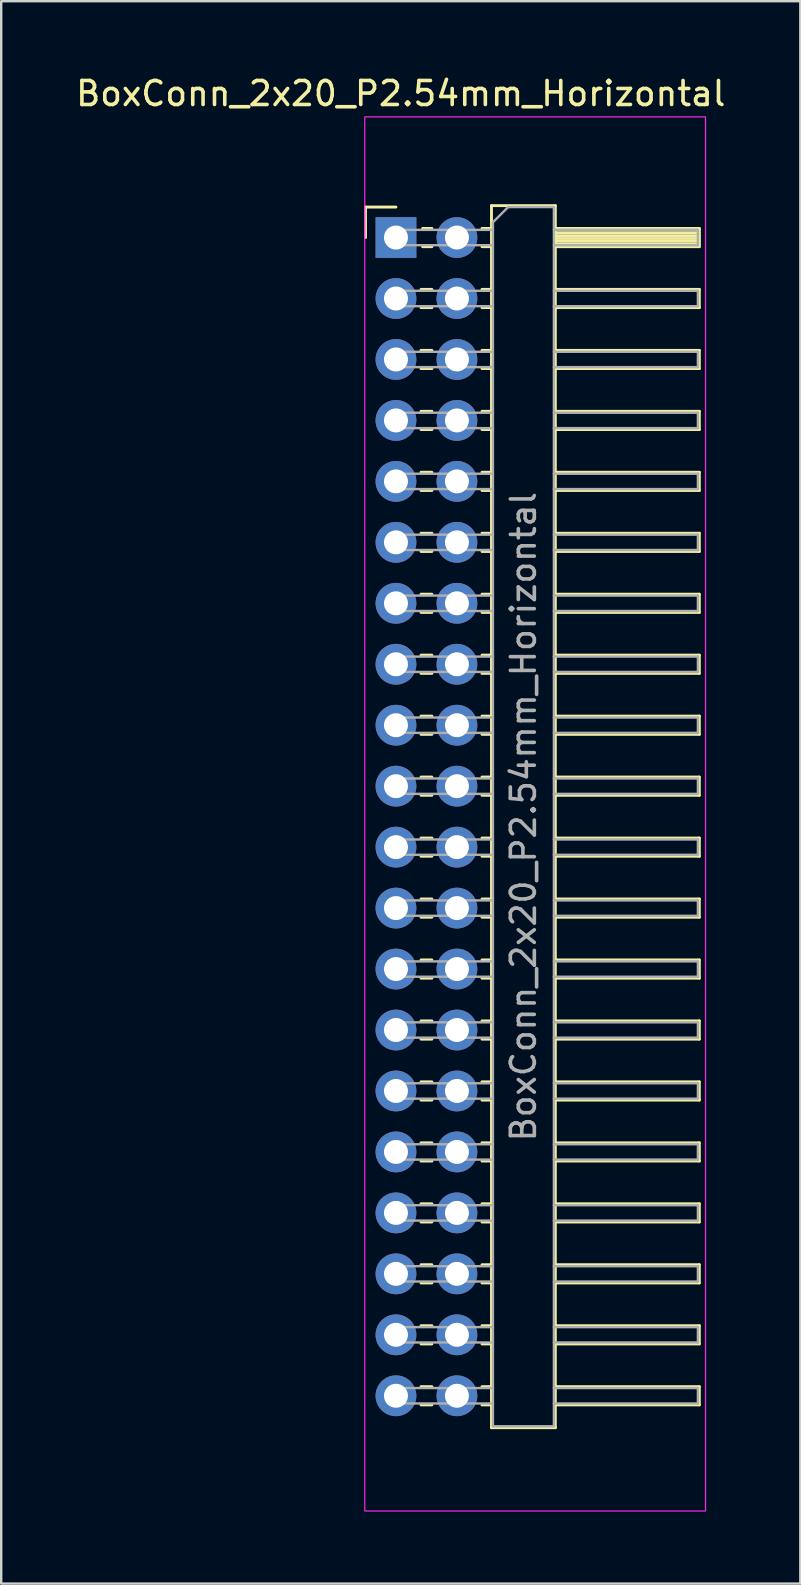
<source format=kicad_pcb>
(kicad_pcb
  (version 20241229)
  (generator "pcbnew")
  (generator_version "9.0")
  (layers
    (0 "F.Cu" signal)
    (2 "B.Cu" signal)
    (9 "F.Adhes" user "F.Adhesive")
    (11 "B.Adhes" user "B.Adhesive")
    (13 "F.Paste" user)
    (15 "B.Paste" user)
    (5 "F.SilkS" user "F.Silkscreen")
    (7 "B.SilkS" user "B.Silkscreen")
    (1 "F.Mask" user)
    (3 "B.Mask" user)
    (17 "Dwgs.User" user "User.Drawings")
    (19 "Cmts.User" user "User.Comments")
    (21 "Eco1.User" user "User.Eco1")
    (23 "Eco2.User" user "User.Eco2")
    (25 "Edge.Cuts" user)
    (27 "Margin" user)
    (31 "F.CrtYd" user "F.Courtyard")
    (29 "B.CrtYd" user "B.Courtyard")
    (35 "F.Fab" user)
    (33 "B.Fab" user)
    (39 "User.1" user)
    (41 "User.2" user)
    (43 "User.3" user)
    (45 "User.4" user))
  (footprint "BoxConn_2x20_P2.54mm_Horizontal"
    (layer "F.Cu")
    (at 13.449 6.848)
    (property "Reference" "BoxConn_2x20_P2.54mm_Horizontal" (at 0.2 -6 0) (layer "F.SilkS") (effects (font (size 1 1) (thickness 0.15))))
    (attr through_hole)
    (fp_line (start -1.27 -1.27) (end 0 -1.27) (stroke (width 0.12) (type solid)) (layer "F.SilkS"))
    (fp_line (start -1.27 0) (end -1.27 -1.27) (stroke (width 0.12) (type solid)) (layer "F.SilkS"))
    (fp_line (start 1.043 2.16) (end 1.497 2.16) (stroke (width 0.12) (type solid)) (layer "F.SilkS"))
    (fp_line (start 1.043 2.92) (end 1.497 2.92) (stroke (width 0.12) (type solid)) (layer "F.SilkS"))
    (fp_line (start 1.043 4.7) (end 1.497 4.7) (stroke (width 0.12) (type solid)) (layer "F.SilkS"))
    (fp_line (start 1.043 5.46) (end 1.497 5.46) (stroke (width 0.12) (type solid)) (layer "F.SilkS"))
    (fp_line (start 1.043 7.24) (end 1.497 7.24) (stroke (width 0.12) (type solid)) (layer "F.SilkS"))
    (fp_line (start 1.043 8) (end 1.497 8) (stroke (width 0.12) (type solid)) (layer "F.SilkS"))
    (fp_line (start 1.043 9.78) (end 1.497 9.78) (stroke (width 0.12) (type solid)) (layer "F.SilkS"))
    (fp_line (start 1.043 10.54) (end 1.497 10.54) (stroke (width 0.12) (type solid)) (layer "F.SilkS"))
    (fp_line (start 1.043 12.32) (end 1.497 12.32) (stroke (width 0.12) (type solid)) (layer "F.SilkS"))
    (fp_line (start 1.043 13.08) (end 1.497 13.08) (stroke (width 0.12) (type solid)) (layer "F.SilkS"))
    (fp_line (start 1.043 14.86) (end 1.497 14.86) (stroke (width 0.12) (type solid)) (layer "F.SilkS"))
    (fp_line (start 1.043 15.62) (end 1.497 15.62) (stroke (width 0.12) (type solid)) (layer "F.SilkS"))
    (fp_line (start 1.043 17.4) (end 1.497 17.4) (stroke (width 0.12) (type solid)) (layer "F.SilkS"))
    (fp_line (start 1.043 18.16) (end 1.497 18.16) (stroke (width 0.12) (type solid)) (layer "F.SilkS"))
    (fp_line (start 1.043 19.94) (end 1.497 19.94) (stroke (width 0.12) (type solid)) (layer "F.SilkS"))
    (fp_line (start 1.043 20.7) (end 1.497 20.7) (stroke (width 0.12) (type solid)) (layer "F.SilkS"))
    (fp_line (start 1.043 22.48) (end 1.497 22.48) (stroke (width 0.12) (type solid)) (layer "F.SilkS"))
    (fp_line (start 1.043 23.24) (end 1.497 23.24) (stroke (width 0.12) (type solid)) (layer "F.SilkS"))
    (fp_line (start 1.043 25.02) (end 1.497 25.02) (stroke (width 0.12) (type solid)) (layer "F.SilkS"))
    (fp_line (start 1.043 25.78) (end 1.497 25.78) (stroke (width 0.12) (type solid)) (layer "F.SilkS"))
    (fp_line (start 1.043 27.56) (end 1.497 27.56) (stroke (width 0.12) (type solid)) (layer "F.SilkS"))
    (fp_line (start 1.043 28.32) (end 1.497 28.32) (stroke (width 0.12) (type solid)) (layer "F.SilkS"))
    (fp_line (start 1.043 30.1) (end 1.497 30.1) (stroke (width 0.12) (type solid)) (layer "F.SilkS"))
    (fp_line (start 1.043 30.86) (end 1.497 30.86) (stroke (width 0.12) (type solid)) (layer "F.SilkS"))
    (fp_line (start 1.043 32.64) (end 1.497 32.64) (stroke (width 0.12) (type solid)) (layer "F.SilkS"))
    (fp_line (start 1.043 33.4) (end 1.497 33.4) (stroke (width 0.12) (type solid)) (layer "F.SilkS"))
    (fp_line (start 1.043 35.18) (end 1.497 35.18) (stroke (width 0.12) (type solid)) (layer "F.SilkS"))
    (fp_line (start 1.043 35.94) (end 1.497 35.94) (stroke (width 0.12) (type solid)) (layer "F.SilkS"))
    (fp_line (start 1.043 37.72) (end 1.497 37.72) (stroke (width 0.12) (type solid)) (layer "F.SilkS"))
    (fp_line (start 1.043 38.48) (end 1.497 38.48) (stroke (width 0.12) (type solid)) (layer "F.SilkS"))
    (fp_line (start 1.043 40.26) (end 1.497 40.26) (stroke (width 0.12) (type solid)) (layer "F.SilkS"))
    (fp_line (start 1.043 41.02) (end 1.497 41.02) (stroke (width 0.12) (type solid)) (layer "F.SilkS"))
    (fp_line (start 1.043 42.8) (end 1.497 42.8) (stroke (width 0.12) (type solid)) (layer "F.SilkS"))
    (fp_line (start 1.043 43.56) (end 1.497 43.56) (stroke (width 0.12) (type solid)) (layer "F.SilkS"))
    (fp_line (start 1.043 45.34) (end 1.497 45.34) (stroke (width 0.12) (type solid)) (layer "F.SilkS"))
    (fp_line (start 1.043 46.1) (end 1.497 46.1) (stroke (width 0.12) (type solid)) (layer "F.SilkS"))
    (fp_line (start 1.043 47.88) (end 1.497 47.88) (stroke (width 0.12) (type solid)) (layer "F.SilkS"))
    (fp_line (start 1.043 48.64) (end 1.497 48.64) (stroke (width 0.12) (type solid)) (layer "F.SilkS"))
    (fp_line (start 1.11 -0.38) (end 1.497 -0.38) (stroke (width 0.12) (type solid)) (layer "F.SilkS"))
    (fp_line (start 1.11 0.38) (end 1.497 0.38) (stroke (width 0.12) (type solid)) (layer "F.SilkS"))
    (fp_line (start 3.583 -0.38) (end 3.98 -0.38) (stroke (width 0.12) (type solid)) (layer "F.SilkS"))
    (fp_line (start 3.583 0.38) (end 3.98 0.38) (stroke (width 0.12) (type solid)) (layer "F.SilkS"))
    (fp_line (start 3.583 2.16) (end 3.98 2.16) (stroke (width 0.12) (type solid)) (layer "F.SilkS"))
    (fp_line (start 3.583 2.92) (end 3.98 2.92) (stroke (width 0.12) (type solid)) (layer "F.SilkS"))
    (fp_line (start 3.583 4.7) (end 3.98 4.7) (stroke (width 0.12) (type solid)) (layer "F.SilkS"))
    (fp_line (start 3.583 5.46) (end 3.98 5.46) (stroke (width 0.12) (type solid)) (layer "F.SilkS"))
    (fp_line (start 3.583 7.24) (end 3.98 7.24) (stroke (width 0.12) (type solid)) (layer "F.SilkS"))
    (fp_line (start 3.583 8) (end 3.98 8) (stroke (width 0.12) (type solid)) (layer "F.SilkS"))
    (fp_line (start 3.583 9.78) (end 3.98 9.78) (stroke (width 0.12) (type solid)) (layer "F.SilkS"))
    (fp_line (start 3.583 10.54) (end 3.98 10.54) (stroke (width 0.12) (type solid)) (layer "F.SilkS"))
    (fp_line (start 3.583 12.32) (end 3.98 12.32) (stroke (width 0.12) (type solid)) (layer "F.SilkS"))
    (fp_line (start 3.583 13.08) (end 3.98 13.08) (stroke (width 0.12) (type solid)) (layer "F.SilkS"))
    (fp_line (start 3.583 14.86) (end 3.98 14.86) (stroke (width 0.12) (type solid)) (layer "F.SilkS"))
    (fp_line (start 3.583 15.62) (end 3.98 15.62) (stroke (width 0.12) (type solid)) (layer "F.SilkS"))
    (fp_line (start 3.583 17.4) (end 3.98 17.4) (stroke (width 0.12) (type solid)) (layer "F.SilkS"))
    (fp_line (start 3.583 18.16) (end 3.98 18.16) (stroke (width 0.12) (type solid)) (layer "F.SilkS"))
    (fp_line (start 3.583 19.94) (end 3.98 19.94) (stroke (width 0.12) (type solid)) (layer "F.SilkS"))
    (fp_line (start 3.583 20.7) (end 3.98 20.7) (stroke (width 0.12) (type solid)) (layer "F.SilkS"))
    (fp_line (start 3.583 22.48) (end 3.98 22.48) (stroke (width 0.12) (type solid)) (layer "F.SilkS"))
    (fp_line (start 3.583 23.24) (end 3.98 23.24) (stroke (width 0.12) (type solid)) (layer "F.SilkS"))
    (fp_line (start 3.583 25.02) (end 3.98 25.02) (stroke (width 0.12) (type solid)) (layer "F.SilkS"))
    (fp_line (start 3.583 25.78) (end 3.98 25.78) (stroke (width 0.12) (type solid)) (layer "F.SilkS"))
    (fp_line (start 3.583 27.56) (end 3.98 27.56) (stroke (width 0.12) (type solid)) (layer "F.SilkS"))
    (fp_line (start 3.583 28.32) (end 3.98 28.32) (stroke (width 0.12) (type solid)) (layer "F.SilkS"))
    (fp_line (start 3.583 30.1) (end 3.98 30.1) (stroke (width 0.12) (type solid)) (layer "F.SilkS"))
    (fp_line (start 3.583 30.86) (end 3.98 30.86) (stroke (width 0.12) (type solid)) (layer "F.SilkS"))
    (fp_line (start 3.583 32.64) (end 3.98 32.64) (stroke (width 0.12) (type solid)) (layer "F.SilkS"))
    (fp_line (start 3.583 33.4) (end 3.98 33.4) (stroke (width 0.12) (type solid)) (layer "F.SilkS"))
    (fp_line (start 3.583 35.18) (end 3.98 35.18) (stroke (width 0.12) (type solid)) (layer "F.SilkS"))
    (fp_line (start 3.583 35.94) (end 3.98 35.94) (stroke (width 0.12) (type solid)) (layer "F.SilkS"))
    (fp_line (start 3.583 37.72) (end 3.98 37.72) (stroke (width 0.12) (type solid)) (layer "F.SilkS"))
    (fp_line (start 3.583 38.48) (end 3.98 38.48) (stroke (width 0.12) (type solid)) (layer "F.SilkS"))
    (fp_line (start 3.583 40.26) (end 3.98 40.26) (stroke (width 0.12) (type solid)) (layer "F.SilkS"))
    (fp_line (start 3.583 41.02) (end 3.98 41.02) (stroke (width 0.12) (type solid)) (layer "F.SilkS"))
    (fp_line (start 3.583 42.8) (end 3.98 42.8) (stroke (width 0.12) (type solid)) (layer "F.SilkS"))
    (fp_line (start 3.583 43.56) (end 3.98 43.56) (stroke (width 0.12) (type solid)) (layer "F.SilkS"))
    (fp_line (start 3.583 45.34) (end 3.98 45.34) (stroke (width 0.12) (type solid)) (layer "F.SilkS"))
    (fp_line (start 3.583 46.1) (end 3.98 46.1) (stroke (width 0.12) (type solid)) (layer "F.SilkS"))
    (fp_line (start 3.583 47.88) (end 3.98 47.88) (stroke (width 0.12) (type solid)) (layer "F.SilkS"))
    (fp_line (start 3.583 48.64) (end 3.98 48.64) (stroke (width 0.12) (type solid)) (layer "F.SilkS"))
    (fp_line (start 3.98 -1.33) (end 3.98 49.59) (stroke (width 0.12) (type solid)) (layer "F.SilkS"))
    (fp_line (start 3.98 49.59) (end 6.64 49.59) (stroke (width 0.12) (type solid)) (layer "F.SilkS"))
    (fp_line (start 6.64 -1.33) (end 3.98 -1.33) (stroke (width 0.12) (type solid)) (layer "F.SilkS"))
    (fp_line (start 6.64 -0.38) (end 12.64 -0.38) (stroke (width 0.12) (type solid)) (layer "F.SilkS"))
    (fp_line (start 6.64 -0.32) (end 12.64 -0.32) (stroke (width 0.12) (type solid)) (layer "F.SilkS"))
    (fp_line (start 6.64 -0.2) (end 12.64 -0.2) (stroke (width 0.12) (type solid)) (layer "F.SilkS"))
    (fp_line (start 6.64 -0.08) (end 12.64 -0.08) (stroke (width 0.12) (type solid)) (layer "F.SilkS"))
    (fp_line (start 6.64 0.04) (end 12.64 0.04) (stroke (width 0.12) (type solid)) (layer "F.SilkS"))
    (fp_line (start 6.64 0.16) (end 12.64 0.16) (stroke (width 0.12) (type solid)) (layer "F.SilkS"))
    (fp_line (start 6.64 0.28) (end 12.64 0.28) (stroke (width 0.12) (type solid)) (layer "F.SilkS"))
    (fp_line (start 6.64 2.16) (end 12.64 2.16) (stroke (width 0.12) (type solid)) (layer "F.SilkS"))
    (fp_line (start 6.64 4.7) (end 12.64 4.7) (stroke (width 0.12) (type solid)) (layer "F.SilkS"))
    (fp_line (start 6.64 7.24) (end 12.64 7.24) (stroke (width 0.12) (type solid)) (layer "F.SilkS"))
    (fp_line (start 6.64 9.78) (end 12.64 9.78) (stroke (width 0.12) (type solid)) (layer "F.SilkS"))
    (fp_line (start 6.64 12.32) (end 12.64 12.32) (stroke (width 0.12) (type solid)) (layer "F.SilkS"))
    (fp_line (start 6.64 14.86) (end 12.64 14.86) (stroke (width 0.12) (type solid)) (layer "F.SilkS"))
    (fp_line (start 6.64 17.4) (end 12.64 17.4) (stroke (width 0.12) (type solid)) (layer "F.SilkS"))
    (fp_line (start 6.64 19.94) (end 12.64 19.94) (stroke (width 0.12) (type solid)) (layer "F.SilkS"))
    (fp_line (start 6.64 22.48) (end 12.64 22.48) (stroke (width 0.12) (type solid)) (layer "F.SilkS"))
    (fp_line (start 6.64 25.02) (end 12.64 25.02) (stroke (width 0.12) (type solid)) (layer "F.SilkS"))
    (fp_line (start 6.64 27.56) (end 12.64 27.56) (stroke (width 0.12) (type solid)) (layer "F.SilkS"))
    (fp_line (start 6.64 30.1) (end 12.64 30.1) (stroke (width 0.12) (type solid)) (layer "F.SilkS"))
    (fp_line (start 6.64 32.64) (end 12.64 32.64) (stroke (width 0.12) (type solid)) (layer "F.SilkS"))
    (fp_line (start 6.64 35.18) (end 12.64 35.18) (stroke (width 0.12) (type solid)) (layer "F.SilkS"))
    (fp_line (start 6.64 37.72) (end 12.64 37.72) (stroke (width 0.12) (type solid)) (layer "F.SilkS"))
    (fp_line (start 6.64 40.26) (end 12.64 40.26) (stroke (width 0.12) (type solid)) (layer "F.SilkS"))
    (fp_line (start 6.64 42.8) (end 12.64 42.8) (stroke (width 0.12) (type solid)) (layer "F.SilkS"))
    (fp_line (start 6.64 45.34) (end 12.64 45.34) (stroke (width 0.12) (type solid)) (layer "F.SilkS"))
    (fp_line (start 6.64 47.88) (end 12.64 47.88) (stroke (width 0.12) (type solid)) (layer "F.SilkS"))
    (fp_line (start 6.64 49.59) (end 6.64 -1.33) (stroke (width 0.12) (type solid)) (layer "F.SilkS"))
    (fp_line (start 12.64 -0.38) (end 12.64 0.38) (stroke (width 0.12) (type solid)) (layer "F.SilkS"))
    (fp_line (start 12.64 0.38) (end 6.64 0.38) (stroke (width 0.12) (type solid)) (layer "F.SilkS"))
    (fp_line (start 12.64 2.16) (end 12.64 2.92) (stroke (width 0.12) (type solid)) (layer "F.SilkS"))
    (fp_line (start 12.64 2.92) (end 6.64 2.92) (stroke (width 0.12) (type solid)) (layer "F.SilkS"))
    (fp_line (start 12.64 4.7) (end 12.64 5.46) (stroke (width 0.12) (type solid)) (layer "F.SilkS"))
    (fp_line (start 12.64 5.46) (end 6.64 5.46) (stroke (width 0.12) (type solid)) (layer "F.SilkS"))
    (fp_line (start 12.64 7.24) (end 12.64 8) (stroke (width 0.12) (type solid)) (layer "F.SilkS"))
    (fp_line (start 12.64 8) (end 6.64 8) (stroke (width 0.12) (type solid)) (layer "F.SilkS"))
    (fp_line (start 12.64 9.78) (end 12.64 10.54) (stroke (width 0.12) (type solid)) (layer "F.SilkS"))
    (fp_line (start 12.64 10.54) (end 6.64 10.54) (stroke (width 0.12) (type solid)) (layer "F.SilkS"))
    (fp_line (start 12.64 12.32) (end 12.64 13.08) (stroke (width 0.12) (type solid)) (layer "F.SilkS"))
    (fp_line (start 12.64 13.08) (end 6.64 13.08) (stroke (width 0.12) (type solid)) (layer "F.SilkS"))
    (fp_line (start 12.64 14.86) (end 12.64 15.62) (stroke (width 0.12) (type solid)) (layer "F.SilkS"))
    (fp_line (start 12.64 15.62) (end 6.64 15.62) (stroke (width 0.12) (type solid)) (layer "F.SilkS"))
    (fp_line (start 12.64 17.4) (end 12.64 18.16) (stroke (width 0.12) (type solid)) (layer "F.SilkS"))
    (fp_line (start 12.64 18.16) (end 6.64 18.16) (stroke (width 0.12) (type solid)) (layer "F.SilkS"))
    (fp_line (start 12.64 19.94) (end 12.64 20.7) (stroke (width 0.12) (type solid)) (layer "F.SilkS"))
    (fp_line (start 12.64 20.7) (end 6.64 20.7) (stroke (width 0.12) (type solid)) (layer "F.SilkS"))
    (fp_line (start 12.64 22.48) (end 12.64 23.24) (stroke (width 0.12) (type solid)) (layer "F.SilkS"))
    (fp_line (start 12.64 23.24) (end 6.64 23.24) (stroke (width 0.12) (type solid)) (layer "F.SilkS"))
    (fp_line (start 12.64 25.02) (end 12.64 25.78) (stroke (width 0.12) (type solid)) (layer "F.SilkS"))
    (fp_line (start 12.64 25.78) (end 6.64 25.78) (stroke (width 0.12) (type solid)) (layer "F.SilkS"))
    (fp_line (start 12.64 27.56) (end 12.64 28.32) (stroke (width 0.12) (type solid)) (layer "F.SilkS"))
    (fp_line (start 12.64 28.32) (end 6.64 28.32) (stroke (width 0.12) (type solid)) (layer "F.SilkS"))
    (fp_line (start 12.64 30.1) (end 12.64 30.86) (stroke (width 0.12) (type solid)) (layer "F.SilkS"))
    (fp_line (start 12.64 30.86) (end 6.64 30.86) (stroke (width 0.12) (type solid)) (layer "F.SilkS"))
    (fp_line (start 12.64 32.64) (end 12.64 33.4) (stroke (width 0.12) (type solid)) (layer "F.SilkS"))
    (fp_line (start 12.64 33.4) (end 6.64 33.4) (stroke (width 0.12) (type solid)) (layer "F.SilkS"))
    (fp_line (start 12.64 35.18) (end 12.64 35.94) (stroke (width 0.12) (type solid)) (layer "F.SilkS"))
    (fp_line (start 12.64 35.94) (end 6.64 35.94) (stroke (width 0.12) (type solid)) (layer "F.SilkS"))
    (fp_line (start 12.64 37.72) (end 12.64 38.48) (stroke (width 0.12) (type solid)) (layer "F.SilkS"))
    (fp_line (start 12.64 38.48) (end 6.64 38.48) (stroke (width 0.12) (type solid)) (layer "F.SilkS"))
    (fp_line (start 12.64 40.26) (end 12.64 41.02) (stroke (width 0.12) (type solid)) (layer "F.SilkS"))
    (fp_line (start 12.64 41.02) (end 6.64 41.02) (stroke (width 0.12) (type solid)) (layer "F.SilkS"))
    (fp_line (start 12.64 42.8) (end 12.64 43.56) (stroke (width 0.12) (type solid)) (layer "F.SilkS"))
    (fp_line (start 12.64 43.56) (end 6.64 43.56) (stroke (width 0.12) (type solid)) (layer "F.SilkS"))
    (fp_line (start 12.64 45.34) (end 12.64 46.1) (stroke (width 0.12) (type solid)) (layer "F.SilkS"))
    (fp_line (start 12.64 46.1) (end 6.64 46.1) (stroke (width 0.12) (type solid)) (layer "F.SilkS"))
    (fp_line (start 12.64 47.88) (end 12.64 48.64) (stroke (width 0.12) (type solid)) (layer "F.SilkS"))
    (fp_line (start 12.64 48.64) (end 6.64 48.64) (stroke (width 0.12) (type solid)) (layer "F.SilkS"))
    (fp_rect (start 12.9 -5.028) (end -1.3 53.061) (stroke (width 0.05) (type solid)) (fill no) (layer "F.CrtYd"))
    (fp_line (start -0.32 -0.32) (end -0.32 0.32) (stroke (width 0.1) (type solid)) (layer "F.Fab"))
    (fp_line (start -0.32 -0.32) (end 4.04 -0.32) (stroke (width 0.1) (type solid)) (layer "F.Fab"))
    (fp_line (start -0.32 0.32) (end 4.04 0.32) (stroke (width 0.1) (type solid)) (layer "F.Fab"))
    (fp_line (start -0.32 2.22) (end -0.32 2.86) (stroke (width 0.1) (type solid)) (layer "F.Fab"))
    (fp_line (start -0.32 2.22) (end 4.04 2.22) (stroke (width 0.1) (type solid)) (layer "F.Fab"))
    (fp_line (start -0.32 2.86) (end 4.04 2.86) (stroke (width 0.1) (type solid)) (layer "F.Fab"))
    (fp_line (start -0.32 4.76) (end -0.32 5.4) (stroke (width 0.1) (type solid)) (layer "F.Fab"))
    (fp_line (start -0.32 4.76) (end 4.04 4.76) (stroke (width 0.1) (type solid)) (layer "F.Fab"))
    (fp_line (start -0.32 5.4) (end 4.04 5.4) (stroke (width 0.1) (type solid)) (layer "F.Fab"))
    (fp_line (start -0.32 7.3) (end -0.32 7.94) (stroke (width 0.1) (type solid)) (layer "F.Fab"))
    (fp_line (start -0.32 7.3) (end 4.04 7.3) (stroke (width 0.1) (type solid)) (layer "F.Fab"))
    (fp_line (start -0.32 7.94) (end 4.04 7.94) (stroke (width 0.1) (type solid)) (layer "F.Fab"))
    (fp_line (start -0.32 9.84) (end -0.32 10.48) (stroke (width 0.1) (type solid)) (layer "F.Fab"))
    (fp_line (start -0.32 9.84) (end 4.04 9.84) (stroke (width 0.1) (type solid)) (layer "F.Fab"))
    (fp_line (start -0.32 10.48) (end 4.04 10.48) (stroke (width 0.1) (type solid)) (layer "F.Fab"))
    (fp_line (start -0.32 12.38) (end -0.32 13.02) (stroke (width 0.1) (type solid)) (layer "F.Fab"))
    (fp_line (start -0.32 12.38) (end 4.04 12.38) (stroke (width 0.1) (type solid)) (layer "F.Fab"))
    (fp_line (start -0.32 13.02) (end 4.04 13.02) (stroke (width 0.1) (type solid)) (layer "F.Fab"))
    (fp_line (start -0.32 14.92) (end -0.32 15.56) (stroke (width 0.1) (type solid)) (layer "F.Fab"))
    (fp_line (start -0.32 14.92) (end 4.04 14.92) (stroke (width 0.1) (type solid)) (layer "F.Fab"))
    (fp_line (start -0.32 15.56) (end 4.04 15.56) (stroke (width 0.1) (type solid)) (layer "F.Fab"))
    (fp_line (start -0.32 17.46) (end -0.32 18.1) (stroke (width 0.1) (type solid)) (layer "F.Fab"))
    (fp_line (start -0.32 17.46) (end 4.04 17.46) (stroke (width 0.1) (type solid)) (layer "F.Fab"))
    (fp_line (start -0.32 18.1) (end 4.04 18.1) (stroke (width 0.1) (type solid)) (layer "F.Fab"))
    (fp_line (start -0.32 20) (end -0.32 20.64) (stroke (width 0.1) (type solid)) (layer "F.Fab"))
    (fp_line (start -0.32 20) (end 4.04 20) (stroke (width 0.1) (type solid)) (layer "F.Fab"))
    (fp_line (start -0.32 20.64) (end 4.04 20.64) (stroke (width 0.1) (type solid)) (layer "F.Fab"))
    (fp_line (start -0.32 22.54) (end -0.32 23.18) (stroke (width 0.1) (type solid)) (layer "F.Fab"))
    (fp_line (start -0.32 22.54) (end 4.04 22.54) (stroke (width 0.1) (type solid)) (layer "F.Fab"))
    (fp_line (start -0.32 23.18) (end 4.04 23.18) (stroke (width 0.1) (type solid)) (layer "F.Fab"))
    (fp_line (start -0.32 25.08) (end -0.32 25.72) (stroke (width 0.1) (type solid)) (layer "F.Fab"))
    (fp_line (start -0.32 25.08) (end 4.04 25.08) (stroke (width 0.1) (type solid)) (layer "F.Fab"))
    (fp_line (start -0.32 25.72) (end 4.04 25.72) (stroke (width 0.1) (type solid)) (layer "F.Fab"))
    (fp_line (start -0.32 27.62) (end -0.32 28.26) (stroke (width 0.1) (type solid)) (layer "F.Fab"))
    (fp_line (start -0.32 27.62) (end 4.04 27.62) (stroke (width 0.1) (type solid)) (layer "F.Fab"))
    (fp_line (start -0.32 28.26) (end 4.04 28.26) (stroke (width 0.1) (type solid)) (layer "F.Fab"))
    (fp_line (start -0.32 30.16) (end -0.32 30.8) (stroke (width 0.1) (type solid)) (layer "F.Fab"))
    (fp_line (start -0.32 30.16) (end 4.04 30.16) (stroke (width 0.1) (type solid)) (layer "F.Fab"))
    (fp_line (start -0.32 30.8) (end 4.04 30.8) (stroke (width 0.1) (type solid)) (layer "F.Fab"))
    (fp_line (start -0.32 32.7) (end -0.32 33.34) (stroke (width 0.1) (type solid)) (layer "F.Fab"))
    (fp_line (start -0.32 32.7) (end 4.04 32.7) (stroke (width 0.1) (type solid)) (layer "F.Fab"))
    (fp_line (start -0.32 33.34) (end 4.04 33.34) (stroke (width 0.1) (type solid)) (layer "F.Fab"))
    (fp_line (start -0.32 35.24) (end -0.32 35.88) (stroke (width 0.1) (type solid)) (layer "F.Fab"))
    (fp_line (start -0.32 35.24) (end 4.04 35.24) (stroke (width 0.1) (type solid)) (layer "F.Fab"))
    (fp_line (start -0.32 35.88) (end 4.04 35.88) (stroke (width 0.1) (type solid)) (layer "F.Fab"))
    (fp_line (start -0.32 37.78) (end -0.32 38.42) (stroke (width 0.1) (type solid)) (layer "F.Fab"))
    (fp_line (start -0.32 37.78) (end 4.04 37.78) (stroke (width 0.1) (type solid)) (layer "F.Fab"))
    (fp_line (start -0.32 38.42) (end 4.04 38.42) (stroke (width 0.1) (type solid)) (layer "F.Fab"))
    (fp_line (start -0.32 40.32) (end -0.32 40.96) (stroke (width 0.1) (type solid)) (layer "F.Fab"))
    (fp_line (start -0.32 40.32) (end 4.04 40.32) (stroke (width 0.1) (type solid)) (layer "F.Fab"))
    (fp_line (start -0.32 40.96) (end 4.04 40.96) (stroke (width 0.1) (type solid)) (layer "F.Fab"))
    (fp_line (start -0.32 42.86) (end -0.32 43.5) (stroke (width 0.1) (type solid)) (layer "F.Fab"))
    (fp_line (start -0.32 42.86) (end 4.04 42.86) (stroke (width 0.1) (type solid)) (layer "F.Fab"))
    (fp_line (start -0.32 43.5) (end 4.04 43.5) (stroke (width 0.1) (type solid)) (layer "F.Fab"))
    (fp_line (start -0.32 45.4) (end -0.32 46.04) (stroke (width 0.1) (type solid)) (layer "F.Fab"))
    (fp_line (start -0.32 45.4) (end 4.04 45.4) (stroke (width 0.1) (type solid)) (layer "F.Fab"))
    (fp_line (start -0.32 46.04) (end 4.04 46.04) (stroke (width 0.1) (type solid)) (layer "F.Fab"))
    (fp_line (start -0.32 47.94) (end -0.32 48.58) (stroke (width 0.1) (type solid)) (layer "F.Fab"))
    (fp_line (start -0.32 47.94) (end 4.04 47.94) (stroke (width 0.1) (type solid)) (layer "F.Fab"))
    (fp_line (start -0.32 48.58) (end 4.04 48.58) (stroke (width 0.1) (type solid)) (layer "F.Fab"))
    (fp_line (start 4.04 -0.635) (end 4.675 -1.27) (stroke (width 0.1) (type solid)) (layer "F.Fab"))
    (fp_line (start 4.04 49.53) (end 4.04 -0.635) (stroke (width 0.1) (type solid)) (layer "F.Fab"))
    (fp_line (start 4.675 -1.27) (end 6.58 -1.27) (stroke (width 0.1) (type solid)) (layer "F.Fab"))
    (fp_line (start 6.58 -1.27) (end 6.58 49.53) (stroke (width 0.1) (type solid)) (layer "F.Fab"))
    (fp_line (start 6.58 -0.32) (end 12.58 -0.32) (stroke (width 0.1) (type solid)) (layer "F.Fab"))
    (fp_line (start 6.58 0.32) (end 12.58 0.32) (stroke (width 0.1) (type solid)) (layer "F.Fab"))
    (fp_line (start 6.58 2.22) (end 12.58 2.22) (stroke (width 0.1) (type solid)) (layer "F.Fab"))
    (fp_line (start 6.58 2.86) (end 12.58 2.86) (stroke (width 0.1) (type solid)) (layer "F.Fab"))
    (fp_line (start 6.58 4.76) (end 12.58 4.76) (stroke (width 0.1) (type solid)) (layer "F.Fab"))
    (fp_line (start 6.58 5.4) (end 12.58 5.4) (stroke (width 0.1) (type solid)) (layer "F.Fab"))
    (fp_line (start 6.58 7.3) (end 12.58 7.3) (stroke (width 0.1) (type solid)) (layer "F.Fab"))
    (fp_line (start 6.58 7.94) (end 12.58 7.94) (stroke (width 0.1) (type solid)) (layer "F.Fab"))
    (fp_line (start 6.58 9.84) (end 12.58 9.84) (stroke (width 0.1) (type solid)) (layer "F.Fab"))
    (fp_line (start 6.58 10.48) (end 12.58 10.48) (stroke (width 0.1) (type solid)) (layer "F.Fab"))
    (fp_line (start 6.58 12.38) (end 12.58 12.38) (stroke (width 0.1) (type solid)) (layer "F.Fab"))
    (fp_line (start 6.58 13.02) (end 12.58 13.02) (stroke (width 0.1) (type solid)) (layer "F.Fab"))
    (fp_line (start 6.58 14.92) (end 12.58 14.92) (stroke (width 0.1) (type solid)) (layer "F.Fab"))
    (fp_line (start 6.58 15.56) (end 12.58 15.56) (stroke (width 0.1) (type solid)) (layer "F.Fab"))
    (fp_line (start 6.58 17.46) (end 12.58 17.46) (stroke (width 0.1) (type solid)) (layer "F.Fab"))
    (fp_line (start 6.58 18.1) (end 12.58 18.1) (stroke (width 0.1) (type solid)) (layer "F.Fab"))
    (fp_line (start 6.58 20) (end 12.58 20) (stroke (width 0.1) (type solid)) (layer "F.Fab"))
    (fp_line (start 6.58 20.64) (end 12.58 20.64) (stroke (width 0.1) (type solid)) (layer "F.Fab"))
    (fp_line (start 6.58 22.54) (end 12.58 22.54) (stroke (width 0.1) (type solid)) (layer "F.Fab"))
    (fp_line (start 6.58 23.18) (end 12.58 23.18) (stroke (width 0.1) (type solid)) (layer "F.Fab"))
    (fp_line (start 6.58 25.08) (end 12.58 25.08) (stroke (width 0.1) (type solid)) (layer "F.Fab"))
    (fp_line (start 6.58 25.72) (end 12.58 25.72) (stroke (width 0.1) (type solid)) (layer "F.Fab"))
    (fp_line (start 6.58 27.62) (end 12.58 27.62) (stroke (width 0.1) (type solid)) (layer "F.Fab"))
    (fp_line (start 6.58 28.26) (end 12.58 28.26) (stroke (width 0.1) (type solid)) (layer "F.Fab"))
    (fp_line (start 6.58 30.16) (end 12.58 30.16) (stroke (width 0.1) (type solid)) (layer "F.Fab"))
    (fp_line (start 6.58 30.8) (end 12.58 30.8) (stroke (width 0.1) (type solid)) (layer "F.Fab"))
    (fp_line (start 6.58 32.7) (end 12.58 32.7) (stroke (width 0.1) (type solid)) (layer "F.Fab"))
    (fp_line (start 6.58 33.34) (end 12.58 33.34) (stroke (width 0.1) (type solid)) (layer "F.Fab"))
    (fp_line (start 6.58 35.24) (end 12.58 35.24) (stroke (width 0.1) (type solid)) (layer "F.Fab"))
    (fp_line (start 6.58 35.88) (end 12.58 35.88) (stroke (width 0.1) (type solid)) (layer "F.Fab"))
    (fp_line (start 6.58 37.78) (end 12.58 37.78) (stroke (width 0.1) (type solid)) (layer "F.Fab"))
    (fp_line (start 6.58 38.42) (end 12.58 38.42) (stroke (width 0.1) (type solid)) (layer "F.Fab"))
    (fp_line (start 6.58 40.32) (end 12.58 40.32) (stroke (width 0.1) (type solid)) (layer "F.Fab"))
    (fp_line (start 6.58 40.96) (end 12.58 40.96) (stroke (width 0.1) (type solid)) (layer "F.Fab"))
    (fp_line (start 6.58 42.86) (end 12.58 42.86) (stroke (width 0.1) (type solid)) (layer "F.Fab"))
    (fp_line (start 6.58 43.5) (end 12.58 43.5) (stroke (width 0.1) (type solid)) (layer "F.Fab"))
    (fp_line (start 6.58 45.4) (end 12.58 45.4) (stroke (width 0.1) (type solid)) (layer "F.Fab"))
    (fp_line (start 6.58 46.04) (end 12.58 46.04) (stroke (width 0.1) (type solid)) (layer "F.Fab"))
    (fp_line (start 6.58 47.94) (end 12.58 47.94) (stroke (width 0.1) (type solid)) (layer "F.Fab"))
    (fp_line (start 6.58 48.58) (end 12.58 48.58) (stroke (width 0.1) (type solid)) (layer "F.Fab"))
    (fp_line (start 6.58 49.53) (end 4.04 49.53) (stroke (width 0.1) (type solid)) (layer "F.Fab"))
    (fp_line (start 12.58 -0.32) (end 12.58 0.32) (stroke (width 0.1) (type solid)) (layer "F.Fab"))
    (fp_line (start 12.58 2.22) (end 12.58 2.86) (stroke (width 0.1) (type solid)) (layer "F.Fab"))
    (fp_line (start 12.58 4.76) (end 12.58 5.4) (stroke (width 0.1) (type solid)) (layer "F.Fab"))
    (fp_line (start 12.58 7.3) (end 12.58 7.94) (stroke (width 0.1) (type solid)) (layer "F.Fab"))
    (fp_line (start 12.58 9.84) (end 12.58 10.48) (stroke (width 0.1) (type solid)) (layer "F.Fab"))
    (fp_line (start 12.58 12.38) (end 12.58 13.02) (stroke (width 0.1) (type solid)) (layer "F.Fab"))
    (fp_line (start 12.58 14.92) (end 12.58 15.56) (stroke (width 0.1) (type solid)) (layer "F.Fab"))
    (fp_line (start 12.58 17.46) (end 12.58 18.1) (stroke (width 0.1) (type solid)) (layer "F.Fab"))
    (fp_line (start 12.58 20) (end 12.58 20.64) (stroke (width 0.1) (type solid)) (layer "F.Fab"))
    (fp_line (start 12.58 22.54) (end 12.58 23.18) (stroke (width 0.1) (type solid)) (layer "F.Fab"))
    (fp_line (start 12.58 25.08) (end 12.58 25.72) (stroke (width 0.1) (type solid)) (layer "F.Fab"))
    (fp_line (start 12.58 27.62) (end 12.58 28.26) (stroke (width 0.1) (type solid)) (layer "F.Fab"))
    (fp_line (start 12.58 30.16) (end 12.58 30.8) (stroke (width 0.1) (type solid)) (layer "F.Fab"))
    (fp_line (start 12.58 32.7) (end 12.58 33.34) (stroke (width 0.1) (type solid)) (layer "F.Fab"))
    (fp_line (start 12.58 35.24) (end 12.58 35.88) (stroke (width 0.1) (type solid)) (layer "F.Fab"))
    (fp_line (start 12.58 37.78) (end 12.58 38.42) (stroke (width 0.1) (type solid)) (layer "F.Fab"))
    (fp_line (start 12.58 40.32) (end 12.58 40.96) (stroke (width 0.1) (type solid)) (layer "F.Fab"))
    (fp_line (start 12.58 42.86) (end 12.58 43.5) (stroke (width 0.1) (type solid)) (layer "F.Fab"))
    (fp_line (start 12.58 45.4) (end 12.58 46.04) (stroke (width 0.1) (type solid)) (layer "F.Fab"))
    (fp_line (start 12.58 47.94) (end 12.58 48.58) (stroke (width 0.1) (type solid)) (layer "F.Fab"))
    (fp_text user "${REFERENCE}" (at 5.31 24.13 90) (layer "F.Fab") (effects (font (size 1 1) (thickness 0.15))))
    (pad "1" thru_hole rect (at 0 0) (size 1.7 1.7) (drill 1) (layers "*.Cu" "*.Mask"))
    (pad "2" thru_hole oval (at 2.54 0) (size 1.7 1.7) (drill 1) (layers "*.Cu" "*.Mask"))
    (pad "3" thru_hole oval (at 0 2.54) (size 1.7 1.7) (drill 1) (layers "*.Cu" "*.Mask"))
    (pad "4" thru_hole oval (at 2.54 2.54) (size 1.7 1.7) (drill 1) (layers "*.Cu" "*.Mask"))
    (pad "5" thru_hole oval (at 0 5.08) (size 1.7 1.7) (drill 1) (layers "*.Cu" "*.Mask"))
    (pad "6" thru_hole oval (at 2.54 5.08) (size 1.7 1.7) (drill 1) (layers "*.Cu" "*.Mask"))
    (pad "7" thru_hole oval (at 0 7.62) (size 1.7 1.7) (drill 1) (layers "*.Cu" "*.Mask"))
    (pad "8" thru_hole oval (at 2.54 7.62) (size 1.7 1.7) (drill 1) (layers "*.Cu" "*.Mask"))
    (pad "9" thru_hole oval (at 0 10.16) (size 1.7 1.7) (drill 1) (layers "*.Cu" "*.Mask"))
    (pad "10" thru_hole oval (at 2.54 10.16) (size 1.7 1.7) (drill 1) (layers "*.Cu" "*.Mask"))
    (pad "11" thru_hole oval (at 0 12.7) (size 1.7 1.7) (drill 1) (layers "*.Cu" "*.Mask"))
    (pad "12" thru_hole oval (at 2.54 12.7) (size 1.7 1.7) (drill 1) (layers "*.Cu" "*.Mask"))
    (pad "13" thru_hole oval (at 0 15.24) (size 1.7 1.7) (drill 1) (layers "*.Cu" "*.Mask"))
    (pad "14" thru_hole oval (at 2.54 15.24) (size 1.7 1.7) (drill 1) (layers "*.Cu" "*.Mask"))
    (pad "15" thru_hole oval (at 0 17.78) (size 1.7 1.7) (drill 1) (layers "*.Cu" "*.Mask"))
    (pad "16" thru_hole oval (at 2.54 17.78) (size 1.7 1.7) (drill 1) (layers "*.Cu" "*.Mask"))
    (pad "17" thru_hole oval (at 0 20.32) (size 1.7 1.7) (drill 1) (layers "*.Cu" "*.Mask"))
    (pad "18" thru_hole oval (at 2.54 20.32) (size 1.7 1.7) (drill 1) (layers "*.Cu" "*.Mask"))
    (pad "19" thru_hole oval (at 0 22.86) (size 1.7 1.7) (drill 1) (layers "*.Cu" "*.Mask"))
    (pad "20" thru_hole oval (at 2.54 22.86) (size 1.7 1.7) (drill 1) (layers "*.Cu" "*.Mask"))
    (pad "21" thru_hole oval (at 0 25.4) (size 1.7 1.7) (drill 1) (layers "*.Cu" "*.Mask"))
    (pad "22" thru_hole oval (at 2.54 25.4) (size 1.7 1.7) (drill 1) (layers "*.Cu" "*.Mask"))
    (pad "23" thru_hole oval (at 0 27.94) (size 1.7 1.7) (drill 1) (layers "*.Cu" "*.Mask"))
    (pad "24" thru_hole oval (at 2.54 27.94) (size 1.7 1.7) (drill 1) (layers "*.Cu" "*.Mask"))
    (pad "25" thru_hole oval (at 0 30.48) (size 1.7 1.7) (drill 1) (layers "*.Cu" "*.Mask"))
    (pad "26" thru_hole oval (at 2.54 30.48) (size 1.7 1.7) (drill 1) (layers "*.Cu" "*.Mask"))
    (pad "27" thru_hole oval (at 0 33.02) (size 1.7 1.7) (drill 1) (layers "*.Cu" "*.Mask"))
    (pad "28" thru_hole oval (at 2.54 33.02) (size 1.7 1.7) (drill 1) (layers "*.Cu" "*.Mask"))
    (pad "29" thru_hole oval (at 0 35.56) (size 1.7 1.7) (drill 1) (layers "*.Cu" "*.Mask"))
    (pad "30" thru_hole oval (at 2.54 35.56) (size 1.7 1.7) (drill 1) (layers "*.Cu" "*.Mask"))
    (pad "31" thru_hole oval (at 0 38.1) (size 1.7 1.7) (drill 1) (layers "*.Cu" "*.Mask"))
    (pad "32" thru_hole oval (at 2.54 38.1) (size 1.7 1.7) (drill 1) (layers "*.Cu" "*.Mask"))
    (pad "33" thru_hole oval (at 0 40.64) (size 1.7 1.7) (drill 1) (layers "*.Cu" "*.Mask"))
    (pad "34" thru_hole oval (at 2.54 40.64) (size 1.7 1.7) (drill 1) (layers "*.Cu" "*.Mask"))
    (pad "35" thru_hole oval (at 0 43.18) (size 1.7 1.7) (drill 1) (layers "*.Cu" "*.Mask"))
    (pad "36" thru_hole oval (at 2.54 43.18) (size 1.7 1.7) (drill 1) (layers "*.Cu" "*.Mask"))
    (pad "37" thru_hole oval (at 0 45.72) (size 1.7 1.7) (drill 1) (layers "*.Cu" "*.Mask"))
    (pad "38" thru_hole oval (at 2.54 45.72) (size 1.7 1.7) (drill 1) (layers "*.Cu" "*.Mask"))
    (pad "39" thru_hole oval (at 0 48.26) (size 1.7 1.7) (drill 1) (layers "*.Cu" "*.Mask"))
    (pad "40" thru_hole oval (at 2.54 48.26) (size 1.7 1.7) (drill 1) (layers "*.Cu" "*.Mask")))
  (gr_rect
    (start -3 -3)
    (end 30.298 62.934)
    (stroke (width 0.1) (type default))
    (fill no)
    (layer "Edge.Cuts")))
</source>
